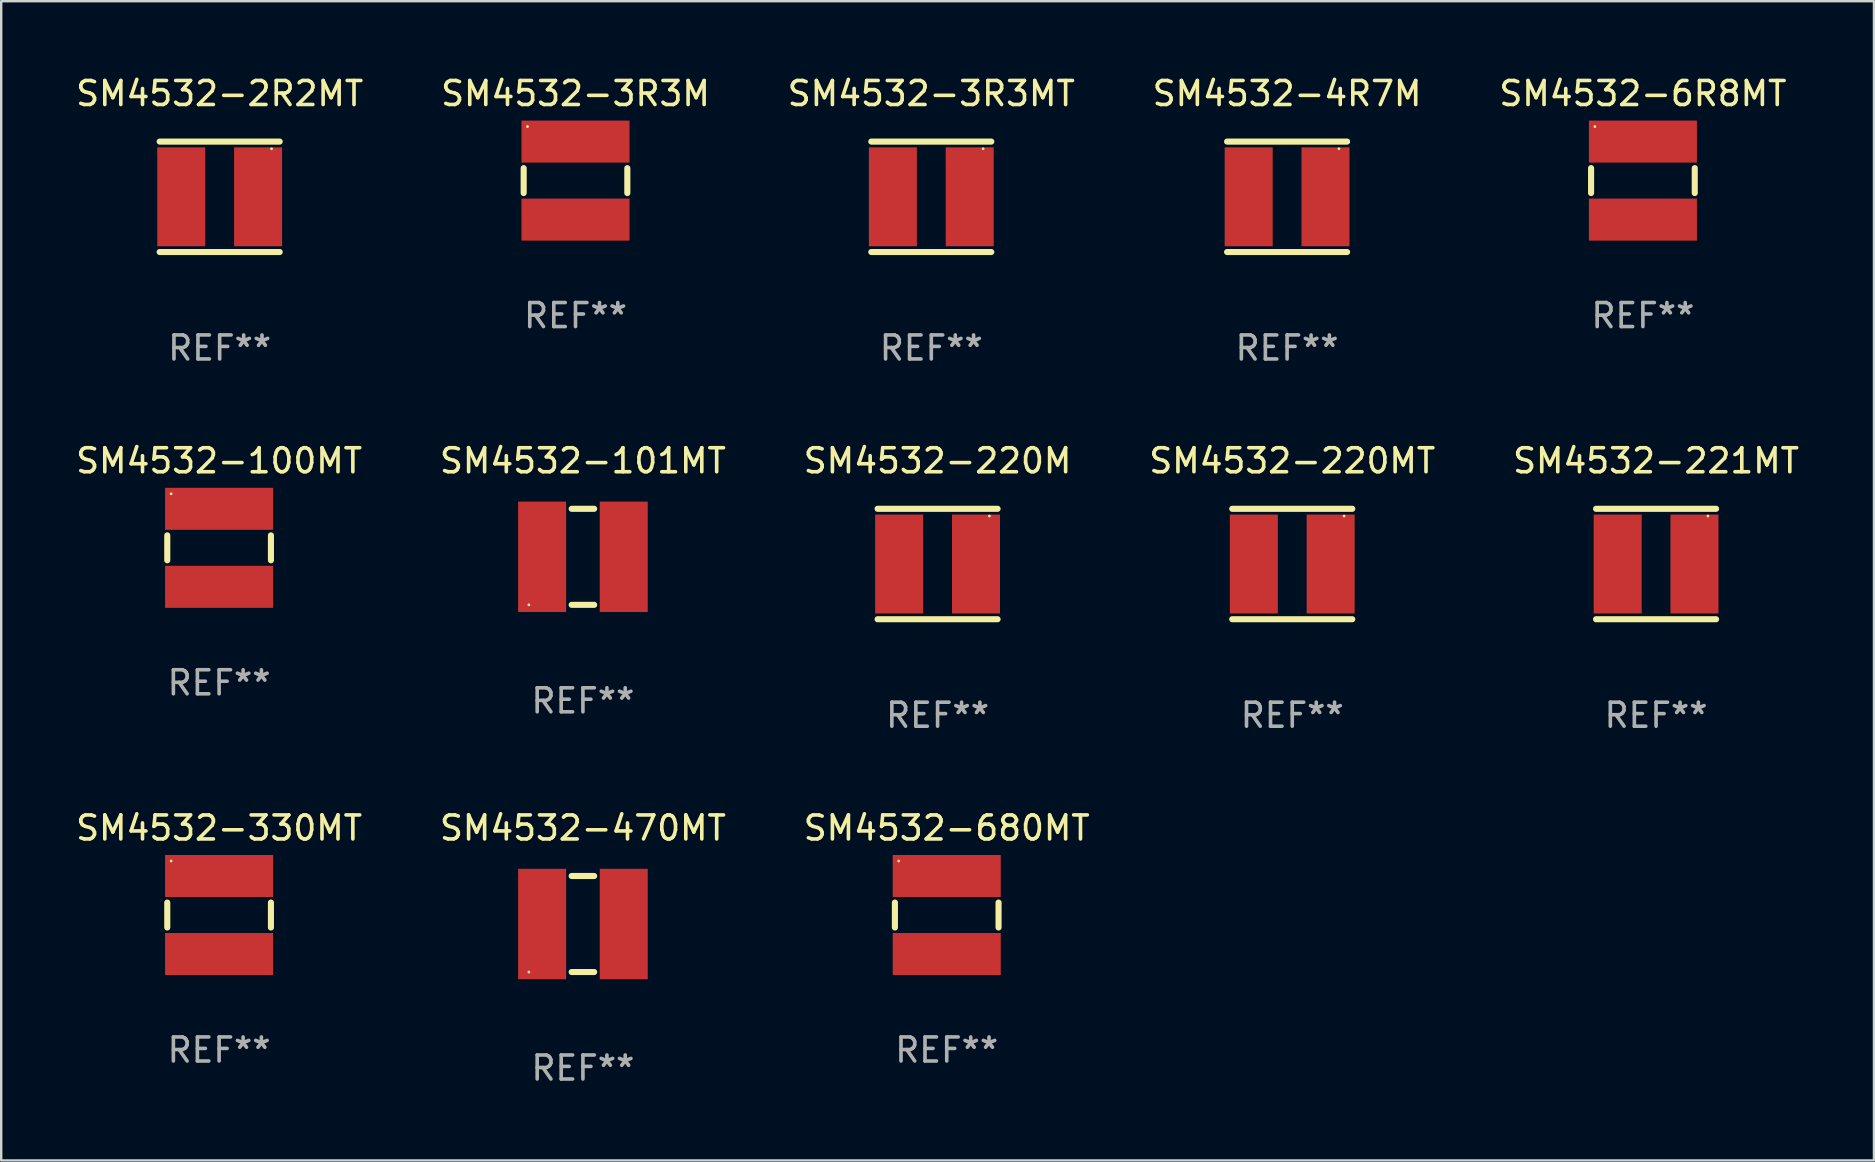
<source format=kicad_pcb>
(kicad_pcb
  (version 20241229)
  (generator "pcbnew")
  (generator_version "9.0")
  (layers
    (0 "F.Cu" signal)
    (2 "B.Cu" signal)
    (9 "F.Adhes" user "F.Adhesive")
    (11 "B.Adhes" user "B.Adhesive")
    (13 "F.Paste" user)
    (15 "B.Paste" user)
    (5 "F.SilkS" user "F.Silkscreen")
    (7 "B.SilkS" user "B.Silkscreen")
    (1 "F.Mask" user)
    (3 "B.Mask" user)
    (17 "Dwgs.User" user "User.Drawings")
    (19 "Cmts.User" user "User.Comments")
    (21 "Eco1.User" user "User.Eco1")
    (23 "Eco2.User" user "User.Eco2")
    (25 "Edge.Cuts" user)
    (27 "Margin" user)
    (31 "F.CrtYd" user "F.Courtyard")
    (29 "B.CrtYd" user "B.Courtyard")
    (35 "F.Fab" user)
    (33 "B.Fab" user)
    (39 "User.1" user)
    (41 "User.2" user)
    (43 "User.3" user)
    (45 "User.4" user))
  (footprint "SM4532-680MT"
    (layer "F.Cu")
    (at 36.387 35.066)
    (property "Reference" "SM4532-680MT" (at 0 -3.625 0) (layer "F.SilkS") (effects (font (size 1 1) (thickness 0.15))))
    (attr through_hole)
    (fp_line (start -2.159 -0.519) (end -2.159 0.519) (stroke (width 0.254) (type solid)) (layer "F.SilkS"))
    (fp_line (start 2.159 0.519) (end 2.159 -0.519) (stroke (width 0.254) (type solid)) (layer "F.SilkS"))
    (fp_circle (center -2 -2.25) (end -1.97 -2.25) (stroke (width 0.06) (type solid)) (fill no) (layer "F.SilkS"))
    (fp_text user "REF**" (at 0 5.625 0) (layer "F.Fab") (effects (font (size 1 1) (thickness 0.15))))
    (pad "1" smd rect (at 0 -1.625 90) (size 1.75 4.5) (layers "F.Cu" "F.Mask" "F.Paste"))
    (pad "2" smd rect (at 0 1.625 90) (size 1.75 4.5) (layers "F.Cu" "F.Mask" "F.Paste")))
  (footprint "SM4532-3R3M"
    (layer "F.Cu")
    (at 20.923 4.473)
    (property "Reference" "SM4532-3R3M" (at 0 -3.625 0) (layer "F.SilkS") (effects (font (size 1 1) (thickness 0.15))))
    (attr through_hole)
    (fp_line (start -2.159 -0.519) (end -2.159 0.519) (stroke (width 0.254) (type solid)) (layer "F.SilkS"))
    (fp_line (start 2.159 0.519) (end 2.159 -0.519) (stroke (width 0.254) (type solid)) (layer "F.SilkS"))
    (fp_circle (center -2 -2.25) (end -1.97 -2.25) (stroke (width 0.06) (type solid)) (fill no) (layer "F.SilkS"))
    (fp_text user "REF**" (at 0 5.625 0) (layer "F.Fab") (effects (font (size 1 1) (thickness 0.15))))
    (pad "1" smd rect (at 0 -1.625 90) (size 1.75 4.5) (layers "F.Cu" "F.Mask" "F.Paste"))
    (pad "2" smd rect (at 0 1.625 90) (size 1.75 4.5) (layers "F.Cu" "F.Mask" "F.Paste")))
  (footprint "SM4532-220MT"
    (layer "F.Cu")
    (at 50.78 20.445)
    (property "Reference" "SM4532-220MT" (at 0 -4.3 0) (layer "F.SilkS") (effects (font (size 1 1) (thickness 0.15))))
    (attr through_hole)
    (fp_line (start -2.5 -2.3) (end 2.5 -2.3) (stroke (width 0.254) (type solid)) (layer "F.SilkS"))
    (fp_line (start -2.5 2.3) (end 2.5 2.3) (stroke (width 0.254) (type solid)) (layer "F.SilkS"))
    (fp_circle (center 2.16 -2) (end 2.19 -2) (stroke (width 0.06) (type solid)) (fill no) (layer "F.SilkS"))
    (fp_text user "REF**" (at 0 6.3 0) (layer "F.Fab") (effects (font (size 1 1) (thickness 0.15))))
    (pad "1" smd rect (at 1.6 0) (size 2 4.12) (layers "F.Cu" "F.Mask" "F.Paste"))
    (pad "2" smd rect (at -1.6 0) (size 2 4.12) (layers "F.Cu" "F.Mask" "F.Paste")))
  (footprint "SM4532-100MT"
    (layer "F.Cu")
    (at 6.077 19.77)
    (property "Reference" "SM4532-100MT" (at 0 -3.625 0) (layer "F.SilkS") (effects (font (size 1 1) (thickness 0.15))))
    (attr through_hole)
    (fp_line (start -2.159 -0.519) (end -2.159 0.519) (stroke (width 0.254) (type solid)) (layer "F.SilkS"))
    (fp_line (start 2.159 0.519) (end 2.159 -0.519) (stroke (width 0.254) (type solid)) (layer "F.SilkS"))
    (fp_circle (center -2 -2.25) (end -1.97 -2.25) (stroke (width 0.06) (type solid)) (fill no) (layer "F.SilkS"))
    (fp_text user "REF**" (at 0 5.625 0) (layer "F.Fab") (effects (font (size 1 1) (thickness 0.15))))
    (pad "1" smd rect (at 0 -1.625 90) (size 1.75 4.5) (layers "F.Cu" "F.Mask" "F.Paste"))
    (pad "2" smd rect (at 0 1.625 90) (size 1.75 4.5) (layers "F.Cu" "F.Mask" "F.Paste")))
  (footprint "SM4532-6R8MT"
    (layer "F.Cu")
    (at 65.387 4.473)
    (property "Reference" "SM4532-6R8MT" (at 0 -3.625 0) (layer "F.SilkS") (effects (font (size 1 1) (thickness 0.15))))
    (attr through_hole)
    (fp_line (start -2.159 -0.519) (end -2.159 0.519) (stroke (width 0.254) (type solid)) (layer "F.SilkS"))
    (fp_line (start 2.159 0.519) (end 2.159 -0.519) (stroke (width 0.254) (type solid)) (layer "F.SilkS"))
    (fp_circle (center -2 -2.25) (end -1.97 -2.25) (stroke (width 0.06) (type solid)) (fill no) (layer "F.SilkS"))
    (fp_text user "REF**" (at 0 5.625 0) (layer "F.Fab") (effects (font (size 1 1) (thickness 0.15))))
    (pad "1" smd rect (at 0 -1.625 90) (size 1.75 4.5) (layers "F.Cu" "F.Mask" "F.Paste"))
    (pad "2" smd rect (at 0 1.625 90) (size 1.75 4.5) (layers "F.Cu" "F.Mask" "F.Paste")))
  (footprint "SM4532-221MT"
    (layer "F.Cu")
    (at 65.935 20.445)
    (property "Reference" "SM4532-221MT" (at 0 -4.3 0) (layer "F.SilkS") (effects (font (size 1 1) (thickness 0.15))))
    (attr through_hole)
    (fp_line (start -2.5 -2.3) (end 2.5 -2.3) (stroke (width 0.254) (type solid)) (layer "F.SilkS"))
    (fp_line (start -2.5 2.3) (end 2.5 2.3) (stroke (width 0.254) (type solid)) (layer "F.SilkS"))
    (fp_circle (center 2.16 -2) (end 2.19 -2) (stroke (width 0.06) (type solid)) (fill no) (layer "F.SilkS"))
    (fp_text user "REF**" (at 0 6.3 0) (layer "F.Fab") (effects (font (size 1 1) (thickness 0.15))))
    (pad "1" smd rect (at 1.6 0) (size 2 4.12) (layers "F.Cu" "F.Mask" "F.Paste"))
    (pad "2" smd rect (at -1.6 0) (size 2 4.12) (layers "F.Cu" "F.Mask" "F.Paste")))
  (footprint "SM4532-470MT"
    (layer "F.Cu")
    (at 21.232 35.441)
    (property "Reference" "SM4532-470MT" (at 0 -4 0) (layer "F.SilkS") (effects (font (size 1 1) (thickness 0.15))))
    (attr through_hole)
    (fp_line (start -0.469 -2) (end 0.469 -2) (stroke (width 0.254) (type solid)) (layer "F.SilkS"))
    (fp_line (start -0.469 2) (end 0.469 2) (stroke (width 0.254) (type solid)) (layer "F.SilkS"))
    (fp_circle (center -2.25 2) (end -2.22 2) (stroke (width 0.06) (type solid)) (fill no) (layer "F.SilkS"))
    (fp_text user "REF**" (at 0 6 0) (layer "F.Fab") (effects (font (size 1 1) (thickness 0.15))))
    (pad "1" smd rect (at -1.7 0 90) (size 4.6 2) (layers "F.Cu" "F.Mask" "F.Paste"))
    (pad "2" smd rect (at 1.7 0 90) (size 4.6 2) (layers "F.Cu" "F.Mask" "F.Paste")))
  (footprint "SM4532-3R3MT"
    (layer "F.Cu")
    (at 35.744 5.148)
    (property "Reference" "SM4532-3R3MT" (at 0 -4.3 0) (layer "F.SilkS") (effects (font (size 1 1) (thickness 0.15))))
    (attr through_hole)
    (fp_line (start -2.5 -2.3) (end 2.5 -2.3) (stroke (width 0.254) (type solid)) (layer "F.SilkS"))
    (fp_line (start -2.5 2.3) (end 2.5 2.3) (stroke (width 0.254) (type solid)) (layer "F.SilkS"))
    (fp_circle (center 2.16 -2) (end 2.19 -2) (stroke (width 0.06) (type solid)) (fill no) (layer "F.SilkS"))
    (fp_text user "REF**" (at 0 6.3 0) (layer "F.Fab") (effects (font (size 1 1) (thickness 0.15))))
    (pad "1" smd rect (at 1.6 0) (size 2 4.12) (layers "F.Cu" "F.Mask" "F.Paste"))
    (pad "2" smd rect (at -1.6 0) (size 2 4.12) (layers "F.Cu" "F.Mask" "F.Paste")))
  (footprint "SM4532-4R7M"
    (layer "F.Cu")
    (at 50.565 5.148)
    (property "Reference" "SM4532-4R7M" (at 0 -4.3 0) (layer "F.SilkS") (effects (font (size 1 1) (thickness 0.15))))
    (attr through_hole)
    (fp_line (start -2.5 -2.3) (end 2.5 -2.3) (stroke (width 0.254) (type solid)) (layer "F.SilkS"))
    (fp_line (start -2.5 2.3) (end 2.5 2.3) (stroke (width 0.254) (type solid)) (layer "F.SilkS"))
    (fp_circle (center 2.16 -2) (end 2.19 -2) (stroke (width 0.06) (type solid)) (fill no) (layer "F.SilkS"))
    (fp_text user "REF**" (at 0 6.3 0) (layer "F.Fab") (effects (font (size 1 1) (thickness 0.15))))
    (pad "1" smd rect (at 1.6 0) (size 2 4.12) (layers "F.Cu" "F.Mask" "F.Paste"))
    (pad "2" smd rect (at -1.6 0) (size 2 4.12) (layers "F.Cu" "F.Mask" "F.Paste")))
  (footprint "SM4532-330MT"
    (layer "F.Cu")
    (at 6.077 35.066)
    (property "Reference" "SM4532-330MT" (at 0 -3.625 0) (layer "F.SilkS") (effects (font (size 1 1) (thickness 0.15))))
    (attr through_hole)
    (fp_line (start -2.159 -0.519) (end -2.159 0.519) (stroke (width 0.254) (type solid)) (layer "F.SilkS"))
    (fp_line (start 2.159 0.519) (end 2.159 -0.519) (stroke (width 0.254) (type solid)) (layer "F.SilkS"))
    (fp_circle (center -2 -2.25) (end -1.97 -2.25) (stroke (width 0.06) (type solid)) (fill no) (layer "F.SilkS"))
    (fp_text user "REF**" (at 0 5.625 0) (layer "F.Fab") (effects (font (size 1 1) (thickness 0.15))))
    (pad "1" smd rect (at 0 -1.625 90) (size 1.75 4.5) (layers "F.Cu" "F.Mask" "F.Paste"))
    (pad "2" smd rect (at 0 1.625 90) (size 1.75 4.5) (layers "F.Cu" "F.Mask" "F.Paste")))
  (footprint "SM4532-101MT"
    (layer "F.Cu")
    (at 21.232 20.145)
    (property "Reference" "SM4532-101MT" (at 0 -4 0) (layer "F.SilkS") (effects (font (size 1 1) (thickness 0.15))))
    (attr through_hole)
    (fp_line (start -0.469 -2) (end 0.469 -2) (stroke (width 0.254) (type solid)) (layer "F.SilkS"))
    (fp_line (start -0.469 2) (end 0.469 2) (stroke (width 0.254) (type solid)) (layer "F.SilkS"))
    (fp_circle (center -2.25 2) (end -2.22 2) (stroke (width 0.06) (type solid)) (fill no) (layer "F.SilkS"))
    (fp_text user "REF**" (at 0 6 0) (layer "F.Fab") (effects (font (size 1 1) (thickness 0.15))))
    (pad "1" smd rect (at -1.7 0 90) (size 4.6 2) (layers "F.Cu" "F.Mask" "F.Paste"))
    (pad "2" smd rect (at 1.7 0 90) (size 4.6 2) (layers "F.Cu" "F.Mask" "F.Paste")))
  (footprint "SM4532-220M"
    (layer "F.Cu")
    (at 36.006 20.445)
    (property "Reference" "SM4532-220M" (at 0 -4.3 0) (layer "F.SilkS") (effects (font (size 1 1) (thickness 0.15))))
    (attr through_hole)
    (fp_line (start -2.5 -2.3) (end 2.5 -2.3) (stroke (width 0.254) (type solid)) (layer "F.SilkS"))
    (fp_line (start -2.5 2.3) (end 2.5 2.3) (stroke (width 0.254) (type solid)) (layer "F.SilkS"))
    (fp_circle (center 2.16 -2) (end 2.19 -2) (stroke (width 0.06) (type solid)) (fill no) (layer "F.SilkS"))
    (fp_text user "REF**" (at 0 6.3 0) (layer "F.Fab") (effects (font (size 1 1) (thickness 0.15))))
    (pad "1" smd rect (at 1.6 0) (size 2 4.12) (layers "F.Cu" "F.Mask" "F.Paste"))
    (pad "2" smd rect (at -1.6 0) (size 2 4.12) (layers "F.Cu" "F.Mask" "F.Paste")))
  (footprint "SM4532-2R2MT"
    (layer "F.Cu")
    (at 6.101 5.148)
    (property "Reference" "SM4532-2R2MT" (at 0 -4.3 0) (layer "F.SilkS") (effects (font (size 1 1) (thickness 0.15))))
    (attr through_hole)
    (fp_line (start -2.5 -2.3) (end 2.5 -2.3) (stroke (width 0.254) (type solid)) (layer "F.SilkS"))
    (fp_line (start -2.5 2.3) (end 2.5 2.3) (stroke (width 0.254) (type solid)) (layer "F.SilkS"))
    (fp_circle (center 2.16 -2) (end 2.19 -2) (stroke (width 0.06) (type solid)) (fill no) (layer "F.SilkS"))
    (fp_text user "REF**" (at 0 6.3 0) (layer "F.Fab") (effects (font (size 1 1) (thickness 0.15))))
    (pad "1" smd rect (at 1.6 0) (size 2 4.12) (layers "F.Cu" "F.Mask" "F.Paste"))
    (pad "2" smd rect (at -1.6 0) (size 2 4.12) (layers "F.Cu" "F.Mask" "F.Paste")))
  (gr_rect
    (start -3 -3)
    (end 75.012 45.289)
    (stroke (width 0.1) (type default))
    (fill no)
    (layer "Edge.Cuts")))
</source>
